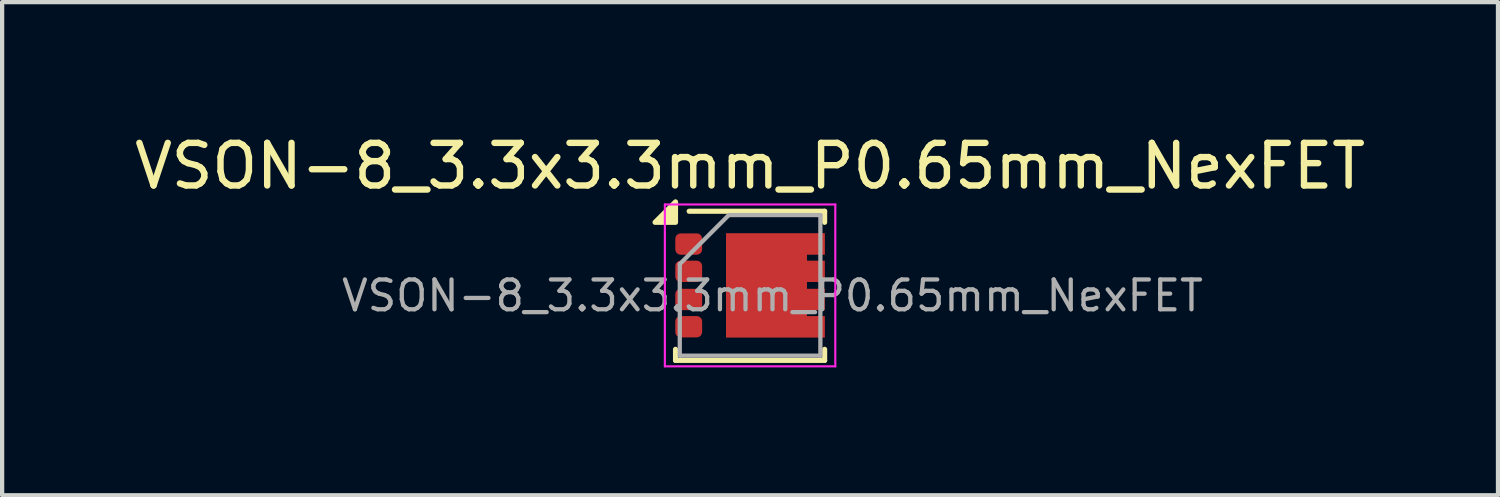
<source format=kicad_pcb>
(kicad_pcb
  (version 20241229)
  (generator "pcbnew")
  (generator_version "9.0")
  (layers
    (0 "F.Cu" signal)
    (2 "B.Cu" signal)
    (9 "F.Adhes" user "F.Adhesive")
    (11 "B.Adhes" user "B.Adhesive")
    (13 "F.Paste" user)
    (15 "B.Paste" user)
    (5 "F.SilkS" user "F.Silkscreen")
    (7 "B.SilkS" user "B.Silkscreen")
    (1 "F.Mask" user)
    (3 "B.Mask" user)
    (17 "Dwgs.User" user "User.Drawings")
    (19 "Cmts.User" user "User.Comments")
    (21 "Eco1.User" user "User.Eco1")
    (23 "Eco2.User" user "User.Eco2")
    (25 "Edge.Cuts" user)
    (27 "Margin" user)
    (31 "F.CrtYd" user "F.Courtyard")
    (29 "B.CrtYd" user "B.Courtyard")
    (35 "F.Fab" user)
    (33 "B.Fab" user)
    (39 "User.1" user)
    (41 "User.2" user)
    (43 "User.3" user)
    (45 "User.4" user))
  (footprint "VSON-8_3.3x3.3mm_P0.65mm_NexFET"
    (layer "F.Cu")
    (at 14.554 3.648)
    (property "Reference" "VSON-8_3.3x3.3mm_P0.65mm_NexFET" (at 0 -2.8 0) (layer "F.SilkS") (effects (font (size 1 1) (thickness 0.15))))
    (attr smd)
    (fp_line (start -1.75 1.5) (end -1.75 1.76) (stroke (width 0.12) (type solid)) (layer "F.SilkS"))
    (fp_line (start -1.75 1.76) (end 1.75 1.76) (stroke (width 0.12) (type solid)) (layer "F.SilkS"))
    (fp_line (start -1.43 -1.74) (end 1.75 -1.74) (stroke (width 0.12) (type solid)) (layer "F.SilkS"))
    (fp_line (start 1.75 -1.74) (end 1.75 -1.48) (stroke (width 0.12) (type solid)) (layer "F.SilkS"))
    (fp_line (start 1.75 1.5) (end 1.75 1.76) (stroke (width 0.12) (type solid)) (layer "F.SilkS"))
    (fp_poly (pts (xy -1.75 -1.48) (xy -2.23 -1.48) (xy -1.75 -1.96) (xy -1.75 -1.48)) (stroke (width 0.12) (type solid)) (fill yes) (layer "F.SilkS"))
    (fp_line (start -2 -1.9) (end -2 1.9) (stroke (width 0.05) (type solid)) (layer "F.CrtYd"))
    (fp_line (start -2 -1.9) (end 2 -1.9) (stroke (width 0.05) (type solid)) (layer "F.CrtYd"))
    (fp_line (start -2 1.9) (end 2 1.9) (stroke (width 0.05) (type solid)) (layer "F.CrtYd"))
    (fp_line (start 2 -1.9) (end 2 1.9) (stroke (width 0.05) (type solid)) (layer "F.CrtYd"))
    (fp_line (start -1.65 -0.5) (end -0.5 -1.65) (stroke (width 0.1) (type solid)) (layer "F.Fab"))
    (fp_line (start -1.65 1.65) (end -1.65 -0.5) (stroke (width 0.1) (type solid)) (layer "F.Fab"))
    (fp_line (start -0.5 -1.65) (end 1.65 -1.65) (stroke (width 0.1) (type solid)) (layer "F.Fab"))
    (fp_line (start 1.65 -1.65) (end 1.65 1.65) (stroke (width 0.1) (type solid)) (layer "F.Fab"))
    (fp_line (start 1.65 1.65) (end -1.65 1.65) (stroke (width 0.1) (type solid)) (layer "F.Fab"))
    (fp_text user "${REFERENCE}" (at 0.526 0.242 0) (layer "F.Fab") (effects (font (size 0.7 0.7) (thickness 0.1))))
    (pad "" smd rect (at -0.09 -0.61) (size 0.57 0.738) (layers "F.Paste"))
    (pad "" smd rect (at -0.09 0.61) (size 0.57 0.738) (layers "F.Paste"))
    (pad "" smd rect (at 0.86 -0.61) (size 0.57 0.738) (layers "F.Paste"))
    (pad "" smd rect (at 0.86 0.61) (size 0.57 0.738) (layers "F.Paste"))
    (pad "" smd roundrect (at 1.44 -0.973) (size 0.63 0.5) (layers "F.Paste") (roundrect_rratio 0.25))
    (pad "" smd roundrect (at 1.44 -0.33) (size 0.63 0.5) (layers "F.Paste") (roundrect_rratio 0.25))
    (pad "" smd roundrect (at 1.44 0.33) (size 0.63 0.5) (layers "F.Paste") (roundrect_rratio 0.25))
    (pad "" smd roundrect (at 1.44 0.973) (size 0.63 0.5) (layers "F.Paste") (roundrect_rratio 0.25))
    (pad "1" smd custom (at 0.385 0) (size 1.9 2.45) (layers "F.Cu" "F.Mask") (options (anchor rect)) (primitives (gr_poly (pts (xy 1.371 -0.72) (xy 0.95 -0.72) (xy 0.95 -0.58) (xy 1.37 -0.58) (xy 1.37 -0.08) (xy 0.95 -0.08) (xy 0.95 0.08) (xy 1.37 0.08) (xy 1.37 0.58) (xy 0.95 0.58) (xy 0.95 0.72) (xy 1.37 0.72) (xy 1.37 1.225) (xy -0.95 1.225) (xy -0.95 -1.225) (xy 1.371 -1.225)) (width 0) (fill yes))))
    (pad "2" smd roundrect (at -1.44 0.97) (size 0.63 0.5) (layers "F.Cu" "F.Mask" "F.Paste") (roundrect_rratio 0.25))
    (pad "3" smd roundrect (at -1.44 -0.97) (size 0.63 0.5) (layers "F.Cu" "F.Mask" "F.Paste") (roundrect_rratio 0.25))
    (pad "3" smd roundrect (at -1.44 -0.33) (size 0.63 0.5) (layers "F.Cu" "F.Mask" "F.Paste") (roundrect_rratio 0.25))
    (pad "3" smd roundrect (at -1.44 0.33) (size 0.63 0.5) (layers "F.Cu" "F.Mask" "F.Paste") (roundrect_rratio 0.25)))
  (gr_rect
    (start -3 -3)
    (end 32.107 8.573)
    (stroke (width 0.1) (type default))
    (fill no)
    (layer "Edge.Cuts")))
</source>
